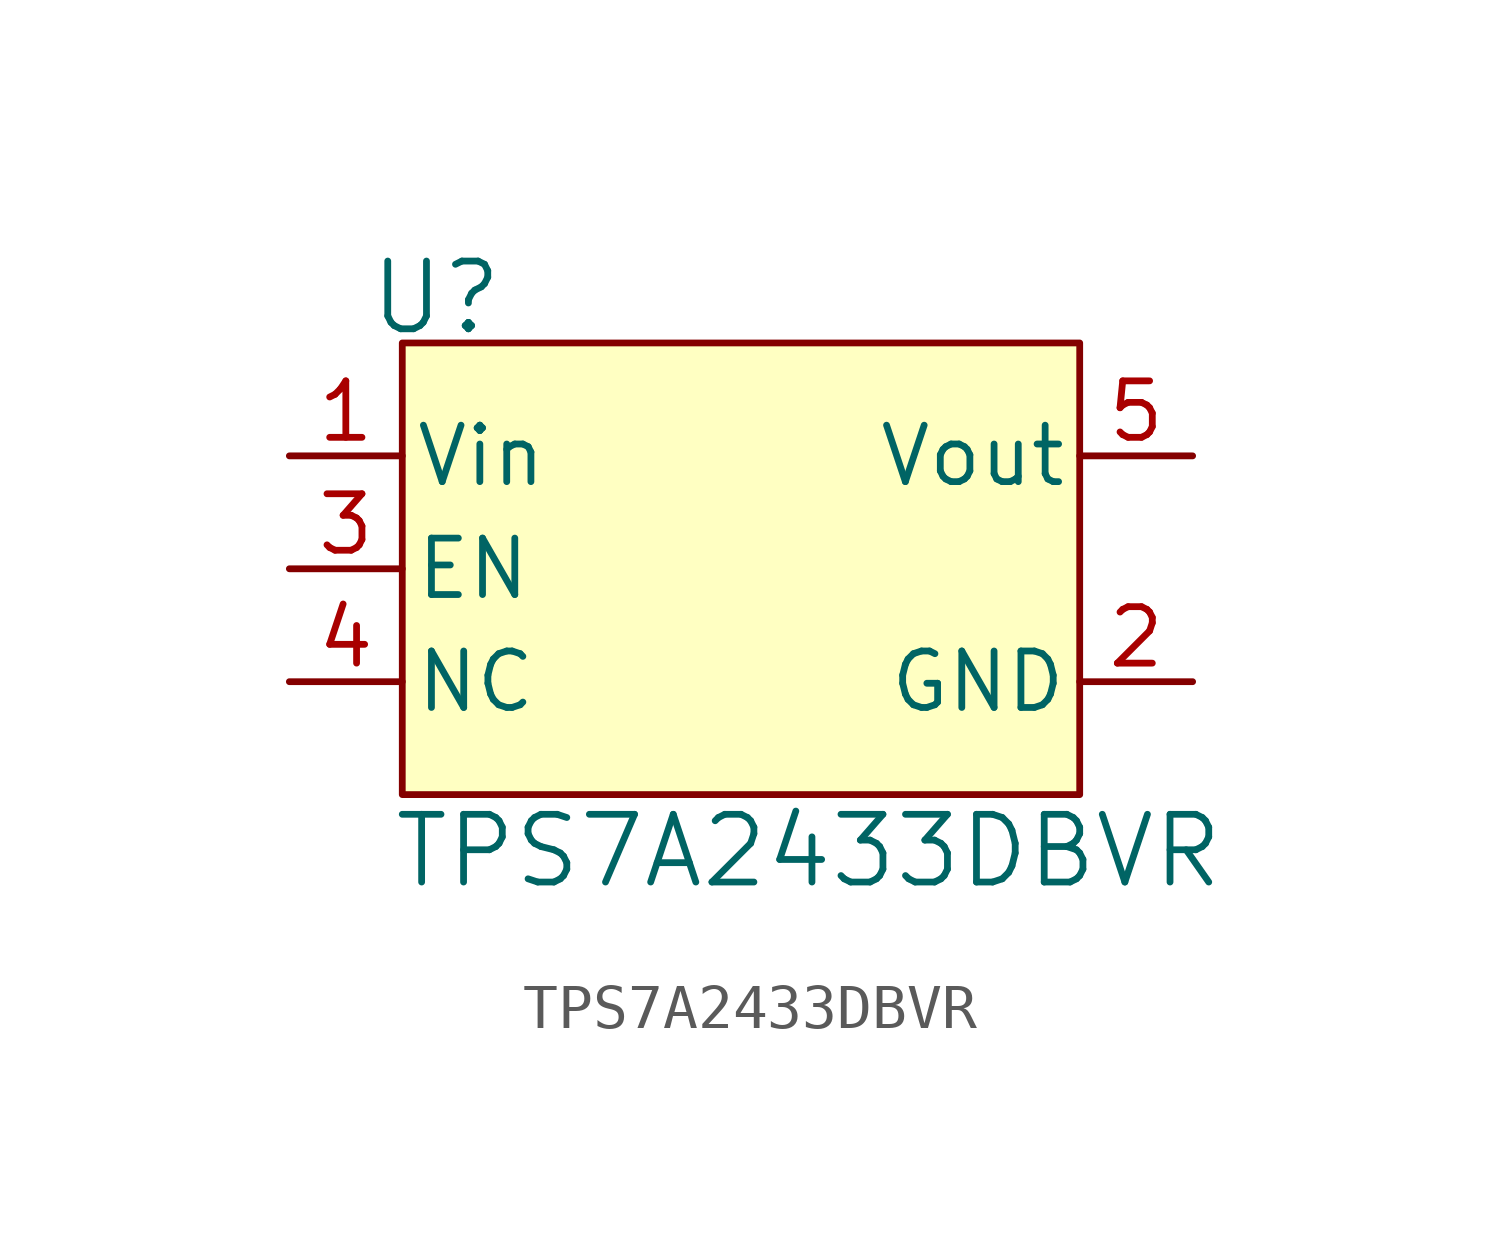
<source format=kicad_sym>
(kicad_symbol_lib
  (version 20241209)
  (generator "kicad_symbol_editor")
  (generator_version "9.0")
  (symbol "TPS7A2433DBVR"
    (pin_names
      (offset 0.254))
    (property "Reference" "U"
      (at 13.462 3.556 0)
      (effects (font (size 1.524 1.524))))
    (property "Value" "TPS7A2433DBVR"
      (at 21.844 -8.89 0)
      (effects (font (size 1.524 1.524))))
    (property "ki_locked" ""
      (at 0 0 0)
      (effects (font (size 1.27 1.27))))
    (symbol "TPS7A2433DBVR_1_1"
      (rectangle (start 12.7 2.54) (end 27.94 -7.62) (stroke (width 0) (type solid)) (fill (type color) (color 255 255 194 1)))
      (pin unspecified line (at 10.16 0 0) (length 2.54) (name "Vin" (effects (font (size 1.27 1.27)))) (number "1" (effects (font (size 1.27 1.27)))))
      (pin unspecified line (at 10.16 -2.54 0) (length 2.54) (name "EN" (effects (font (size 1.27 1.27)))) (number "3" (effects (font (size 1.27 1.27)))))
      (pin unspecified line (at 10.16 -5.08 0) (length 2.54) (name "NC" (effects (font (size 1.27 1.27)))) (number "4" (effects (font (size 1.27 1.27)))))
      (pin output line (at 30.48 0 180) (length 2.54) (name "Vout" (effects (font (size 1.27 1.27)))) (number "5" (effects (font (size 1.27 1.27)))))
      (pin power_out line (at 30.48 -5.08 180) (length 2.54) (name "GND" (effects (font (size 1.27 1.27)))) (number "2" (effects (font (size 1.27 1.27))))))))
</source>
